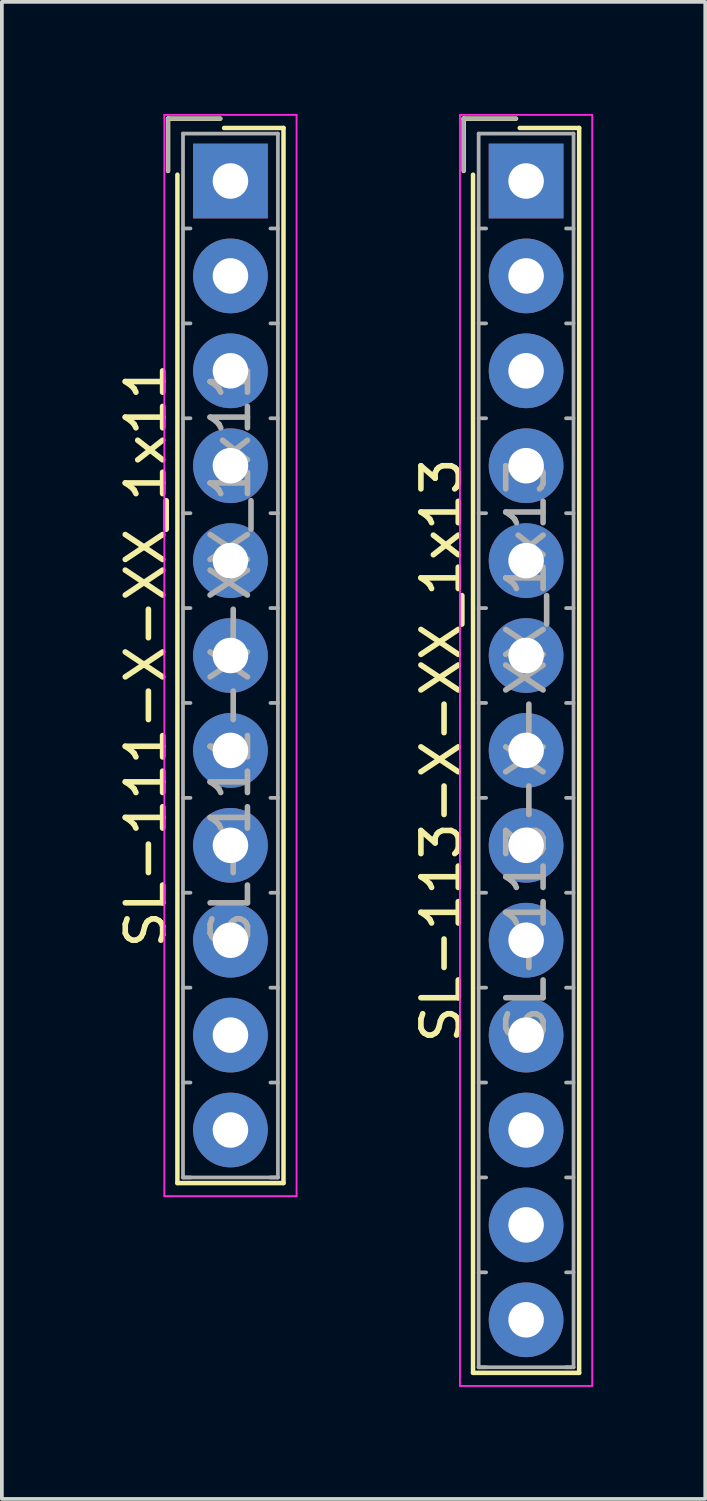
<source format=kicad_pcb>
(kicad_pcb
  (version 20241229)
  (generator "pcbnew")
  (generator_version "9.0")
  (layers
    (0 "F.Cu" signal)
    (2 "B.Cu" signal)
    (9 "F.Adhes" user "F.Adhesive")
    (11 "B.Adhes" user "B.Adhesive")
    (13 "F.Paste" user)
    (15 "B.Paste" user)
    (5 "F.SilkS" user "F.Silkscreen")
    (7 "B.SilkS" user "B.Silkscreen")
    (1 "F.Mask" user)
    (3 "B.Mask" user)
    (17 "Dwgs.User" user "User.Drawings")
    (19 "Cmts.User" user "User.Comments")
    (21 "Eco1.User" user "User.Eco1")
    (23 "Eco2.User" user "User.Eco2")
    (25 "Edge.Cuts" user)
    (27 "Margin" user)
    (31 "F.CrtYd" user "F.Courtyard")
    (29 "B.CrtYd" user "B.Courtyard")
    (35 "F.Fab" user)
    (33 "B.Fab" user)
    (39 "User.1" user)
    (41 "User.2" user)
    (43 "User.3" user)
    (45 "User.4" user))
  (footprint "SL-111-X-XX_1x11"
    (layer "F.Cu")
    (at 3.118 1.795)
    (property "Reference" "SL-111-X-XX_1x11" (at -2.27 12.7 90) (layer "F.SilkS") (effects (font (size 1 1) (thickness 0.15))))
    (attr through_hole)
    (fp_line (start -1.67 -1.67) (end -1.67 -0.27) (stroke (width 0.12) (type solid)) (layer "F.SilkS"))
    (fp_line (start -1.42 26.82) (end -1.42 -0.17) (stroke (width 0.12) (type solid)) (layer "F.SilkS"))
    (fp_line (start -0.27 -1.67) (end -1.67 -1.67) (stroke (width 0.12) (type solid)) (layer "F.SilkS"))
    (fp_line (start -0.17 -1.42) (end 1.42 -1.42) (stroke (width 0.12) (type solid)) (layer "F.SilkS"))
    (fp_line (start 1.42 -1.42) (end 1.42 26.82) (stroke (width 0.12) (type solid)) (layer "F.SilkS"))
    (fp_line (start 1.42 26.82) (end -1.42 26.82) (stroke (width 0.12) (type solid)) (layer "F.SilkS"))
    (fp_line (start -1.77 -1.77) (end -1.77 27.17) (stroke (width 0.05) (type solid)) (layer "F.CrtYd"))
    (fp_line (start -1.77 27.17) (end 1.77 27.17) (stroke (width 0.05) (type solid)) (layer "F.CrtYd"))
    (fp_line (start 1.77 -1.77) (end -1.77 -1.77) (stroke (width 0.05) (type solid)) (layer "F.CrtYd"))
    (fp_line (start 1.77 27.17) (end 1.77 -1.77) (stroke (width 0.05) (type solid)) (layer "F.CrtYd"))
    (fp_line (start -1.67 -1.67) (end -1.67 -0.27) (stroke (width 0.1) (type solid)) (layer "F.Fab"))
    (fp_line (start -1.27 -1.27) (end -1.27 26.67) (stroke (width 0.1) (type solid)) (layer "F.Fab"))
    (fp_line (start -1.27 1.27) (end -1.07 1.27) (stroke (width 0.1) (type solid)) (layer "F.Fab"))
    (fp_line (start -1.27 3.81) (end -1.07 3.81) (stroke (width 0.1) (type solid)) (layer "F.Fab"))
    (fp_line (start -1.27 6.35) (end -1.07 6.35) (stroke (width 0.1) (type solid)) (layer "F.Fab"))
    (fp_line (start -1.27 8.89) (end -1.07 8.89) (stroke (width 0.1) (type solid)) (layer "F.Fab"))
    (fp_line (start -1.27 11.43) (end -1.07 11.43) (stroke (width 0.1) (type solid)) (layer "F.Fab"))
    (fp_line (start -1.27 13.97) (end -1.07 13.97) (stroke (width 0.1) (type solid)) (layer "F.Fab"))
    (fp_line (start -1.27 16.51) (end -1.07 16.51) (stroke (width 0.1) (type solid)) (layer "F.Fab"))
    (fp_line (start -1.27 19.05) (end -1.07 19.05) (stroke (width 0.1) (type solid)) (layer "F.Fab"))
    (fp_line (start -1.27 21.59) (end -1.07 21.59) (stroke (width 0.1) (type solid)) (layer "F.Fab"))
    (fp_line (start -1.27 24.13) (end -1.07 24.13) (stroke (width 0.1) (type solid)) (layer "F.Fab"))
    (fp_line (start -1.27 26.67) (end -1.07 26.67) (stroke (width 0.1) (type solid)) (layer "F.Fab"))
    (fp_line (start -1.27 26.67) (end 1.27 26.67) (stroke (width 0.1) (type solid)) (layer "F.Fab"))
    (fp_line (start -0.27 -1.67) (end -1.67 -1.67) (stroke (width 0.1) (type solid)) (layer "F.Fab"))
    (fp_line (start 1.27 -1.27) (end -1.27 -1.27) (stroke (width 0.1) (type solid)) (layer "F.Fab"))
    (fp_line (start 1.27 1.27) (end 1.07 1.27) (stroke (width 0.1) (type solid)) (layer "F.Fab"))
    (fp_line (start 1.27 3.81) (end 1.07 3.81) (stroke (width 0.1) (type solid)) (layer "F.Fab"))
    (fp_line (start 1.27 6.35) (end 1.07 6.35) (stroke (width 0.1) (type solid)) (layer "F.Fab"))
    (fp_line (start 1.27 8.89) (end 1.07 8.89) (stroke (width 0.1) (type solid)) (layer "F.Fab"))
    (fp_line (start 1.27 11.43) (end 1.07 11.43) (stroke (width 0.1) (type solid)) (layer "F.Fab"))
    (fp_line (start 1.27 13.97) (end 1.07 13.97) (stroke (width 0.1) (type solid)) (layer "F.Fab"))
    (fp_line (start 1.27 16.51) (end 1.07 16.51) (stroke (width 0.1) (type solid)) (layer "F.Fab"))
    (fp_line (start 1.27 19.05) (end 1.07 19.05) (stroke (width 0.1) (type solid)) (layer "F.Fab"))
    (fp_line (start 1.27 21.59) (end 1.07 21.59) (stroke (width 0.1) (type solid)) (layer "F.Fab"))
    (fp_line (start 1.27 24.13) (end 1.07 24.13) (stroke (width 0.1) (type solid)) (layer "F.Fab"))
    (fp_line (start 1.27 26.67) (end 1.07 26.67) (stroke (width 0.1) (type solid)) (layer "F.Fab"))
    (fp_line (start 1.27 26.67) (end 1.27 -1.27) (stroke (width 0.1) (type solid)) (layer "F.Fab"))
    (fp_text user "${REFERENCE}" (at 0 12.7 90) (layer "F.Fab") (effects (font (size 1 1) (thickness 0.15))))
    (pad "1" thru_hole rect (at 0 0) (size 2 2) (drill 0.95) (layers "*.Cu" "*.Mask"))
    (pad "2" thru_hole circle (at 0 2.54) (size 2 2) (drill 0.95) (layers "*.Cu" "*.Mask"))
    (pad "3" thru_hole circle (at 0 5.08) (size 2 2) (drill 0.95) (layers "*.Cu" "*.Mask"))
    (pad "4" thru_hole circle (at 0 7.62) (size 2 2) (drill 0.95) (layers "*.Cu" "*.Mask"))
    (pad "5" thru_hole circle (at 0 10.16) (size 2 2) (drill 0.95) (layers "*.Cu" "*.Mask"))
    (pad "6" thru_hole circle (at 0 12.7) (size 2 2) (drill 0.95) (layers "*.Cu" "*.Mask"))
    (pad "7" thru_hole circle (at 0 15.24) (size 2 2) (drill 0.95) (layers "*.Cu" "*.Mask"))
    (pad "8" thru_hole circle (at 0 17.78) (size 2 2) (drill 0.95) (layers "*.Cu" "*.Mask"))
    (pad "9" thru_hole circle (at 0 20.32) (size 2 2) (drill 0.95) (layers "*.Cu" "*.Mask"))
    (pad "10" thru_hole circle (at 0 22.86) (size 2 2) (drill 0.95) (layers "*.Cu" "*.Mask"))
    (pad "11" thru_hole circle (at 0 25.4) (size 2 2) (drill 0.95) (layers "*.Cu" "*.Mask")))
  (footprint "SL-113-X-XX_1x13"
    (layer "F.Cu")
    (at 11.031 1.795)
    (property "Reference" "SL-113-X-XX_1x13" (at -2.27 15.24 90) (layer "F.SilkS") (effects (font (size 1 1) (thickness 0.15))))
    (attr through_hole)
    (fp_line (start -1.67 -1.67) (end -1.67 -0.27) (stroke (width 0.12) (type solid)) (layer "F.SilkS"))
    (fp_line (start -1.42 31.9) (end -1.42 -0.17) (stroke (width 0.12) (type solid)) (layer "F.SilkS"))
    (fp_line (start -0.27 -1.67) (end -1.67 -1.67) (stroke (width 0.12) (type solid)) (layer "F.SilkS"))
    (fp_line (start -0.17 -1.42) (end 1.42 -1.42) (stroke (width 0.12) (type solid)) (layer "F.SilkS"))
    (fp_line (start 1.42 -1.42) (end 1.42 31.9) (stroke (width 0.12) (type solid)) (layer "F.SilkS"))
    (fp_line (start 1.42 31.9) (end -1.42 31.9) (stroke (width 0.12) (type solid)) (layer "F.SilkS"))
    (fp_line (start -1.77 -1.77) (end -1.77 32.25) (stroke (width 0.05) (type solid)) (layer "F.CrtYd"))
    (fp_line (start -1.77 32.25) (end 1.77 32.25) (stroke (width 0.05) (type solid)) (layer "F.CrtYd"))
    (fp_line (start 1.77 -1.77) (end -1.77 -1.77) (stroke (width 0.05) (type solid)) (layer "F.CrtYd"))
    (fp_line (start 1.77 32.25) (end 1.77 -1.77) (stroke (width 0.05) (type solid)) (layer "F.CrtYd"))
    (fp_line (start -1.67 -1.67) (end -1.67 -0.27) (stroke (width 0.1) (type solid)) (layer "F.Fab"))
    (fp_line (start -1.27 -1.27) (end -1.27 31.75) (stroke (width 0.1) (type solid)) (layer "F.Fab"))
    (fp_line (start -1.27 1.27) (end -1.07 1.27) (stroke (width 0.1) (type solid)) (layer "F.Fab"))
    (fp_line (start -1.27 3.81) (end -1.07 3.81) (stroke (width 0.1) (type solid)) (layer "F.Fab"))
    (fp_line (start -1.27 6.35) (end -1.07 6.35) (stroke (width 0.1) (type solid)) (layer "F.Fab"))
    (fp_line (start -1.27 8.89) (end -1.07 8.89) (stroke (width 0.1) (type solid)) (layer "F.Fab"))
    (fp_line (start -1.27 11.43) (end -1.07 11.43) (stroke (width 0.1) (type solid)) (layer "F.Fab"))
    (fp_line (start -1.27 13.97) (end -1.07 13.97) (stroke (width 0.1) (type solid)) (layer "F.Fab"))
    (fp_line (start -1.27 16.51) (end -1.07 16.51) (stroke (width 0.1) (type solid)) (layer "F.Fab"))
    (fp_line (start -1.27 19.05) (end -1.07 19.05) (stroke (width 0.1) (type solid)) (layer "F.Fab"))
    (fp_line (start -1.27 21.59) (end -1.07 21.59) (stroke (width 0.1) (type solid)) (layer "F.Fab"))
    (fp_line (start -1.27 24.13) (end -1.07 24.13) (stroke (width 0.1) (type solid)) (layer "F.Fab"))
    (fp_line (start -1.27 26.67) (end -1.07 26.67) (stroke (width 0.1) (type solid)) (layer "F.Fab"))
    (fp_line (start -1.27 29.21) (end -1.07 29.21) (stroke (width 0.1) (type solid)) (layer "F.Fab"))
    (fp_line (start -1.27 31.75) (end -1.07 31.75) (stroke (width 0.1) (type solid)) (layer "F.Fab"))
    (fp_line (start -1.27 31.75) (end 1.27 31.75) (stroke (width 0.1) (type solid)) (layer "F.Fab"))
    (fp_line (start -0.27 -1.67) (end -1.67 -1.67) (stroke (width 0.1) (type solid)) (layer "F.Fab"))
    (fp_line (start 1.27 -1.27) (end -1.27 -1.27) (stroke (width 0.1) (type solid)) (layer "F.Fab"))
    (fp_line (start 1.27 1.27) (end 1.07 1.27) (stroke (width 0.1) (type solid)) (layer "F.Fab"))
    (fp_line (start 1.27 3.81) (end 1.07 3.81) (stroke (width 0.1) (type solid)) (layer "F.Fab"))
    (fp_line (start 1.27 6.35) (end 1.07 6.35) (stroke (width 0.1) (type solid)) (layer "F.Fab"))
    (fp_line (start 1.27 8.89) (end 1.07 8.89) (stroke (width 0.1) (type solid)) (layer "F.Fab"))
    (fp_line (start 1.27 11.43) (end 1.07 11.43) (stroke (width 0.1) (type solid)) (layer "F.Fab"))
    (fp_line (start 1.27 13.97) (end 1.07 13.97) (stroke (width 0.1) (type solid)) (layer "F.Fab"))
    (fp_line (start 1.27 16.51) (end 1.07 16.51) (stroke (width 0.1) (type solid)) (layer "F.Fab"))
    (fp_line (start 1.27 19.05) (end 1.07 19.05) (stroke (width 0.1) (type solid)) (layer "F.Fab"))
    (fp_line (start 1.27 21.59) (end 1.07 21.59) (stroke (width 0.1) (type solid)) (layer "F.Fab"))
    (fp_line (start 1.27 24.13) (end 1.07 24.13) (stroke (width 0.1) (type solid)) (layer "F.Fab"))
    (fp_line (start 1.27 26.67) (end 1.07 26.67) (stroke (width 0.1) (type solid)) (layer "F.Fab"))
    (fp_line (start 1.27 29.21) (end 1.07 29.21) (stroke (width 0.1) (type solid)) (layer "F.Fab"))
    (fp_line (start 1.27 31.75) (end 1.07 31.75) (stroke (width 0.1) (type solid)) (layer "F.Fab"))
    (fp_line (start 1.27 31.75) (end 1.27 -1.27) (stroke (width 0.1) (type solid)) (layer "F.Fab"))
    (fp_text user "${REFERENCE}" (at 0 15.24 90) (layer "F.Fab") (effects (font (size 1 1) (thickness 0.15))))
    (pad "1" thru_hole rect (at 0 0) (size 2 2) (drill 0.95) (layers "*.Cu" "*.Mask"))
    (pad "2" thru_hole circle (at 0 2.54) (size 2 2) (drill 0.95) (layers "*.Cu" "*.Mask"))
    (pad "3" thru_hole circle (at 0 5.08) (size 2 2) (drill 0.95) (layers "*.Cu" "*.Mask"))
    (pad "4" thru_hole circle (at 0 7.62) (size 2 2) (drill 0.95) (layers "*.Cu" "*.Mask"))
    (pad "5" thru_hole circle (at 0 10.16) (size 2 2) (drill 0.95) (layers "*.Cu" "*.Mask"))
    (pad "6" thru_hole circle (at 0 12.7) (size 2 2) (drill 0.95) (layers "*.Cu" "*.Mask"))
    (pad "7" thru_hole circle (at 0 15.24) (size 2 2) (drill 0.95) (layers "*.Cu" "*.Mask"))
    (pad "8" thru_hole circle (at 0 17.78) (size 2 2) (drill 0.95) (layers "*.Cu" "*.Mask"))
    (pad "9" thru_hole circle (at 0 20.32) (size 2 2) (drill 0.95) (layers "*.Cu" "*.Mask"))
    (pad "10" thru_hole circle (at 0 22.86) (size 2 2) (drill 0.95) (layers "*.Cu" "*.Mask"))
    (pad "11" thru_hole circle (at 0 25.4) (size 2 2) (drill 0.95) (layers "*.Cu" "*.Mask"))
    (pad "12" thru_hole circle (at 0 27.94) (size 2 2) (drill 0.95) (layers "*.Cu" "*.Mask"))
    (pad "13" thru_hole circle (at 0 30.48) (size 2 2) (drill 0.95) (layers "*.Cu" "*.Mask")))
  (gr_rect
    (start -3 -3)
    (end 15.826 37.07)
    (stroke (width 0.1) (type default))
    (fill no)
    (layer "Edge.Cuts")))
</source>
